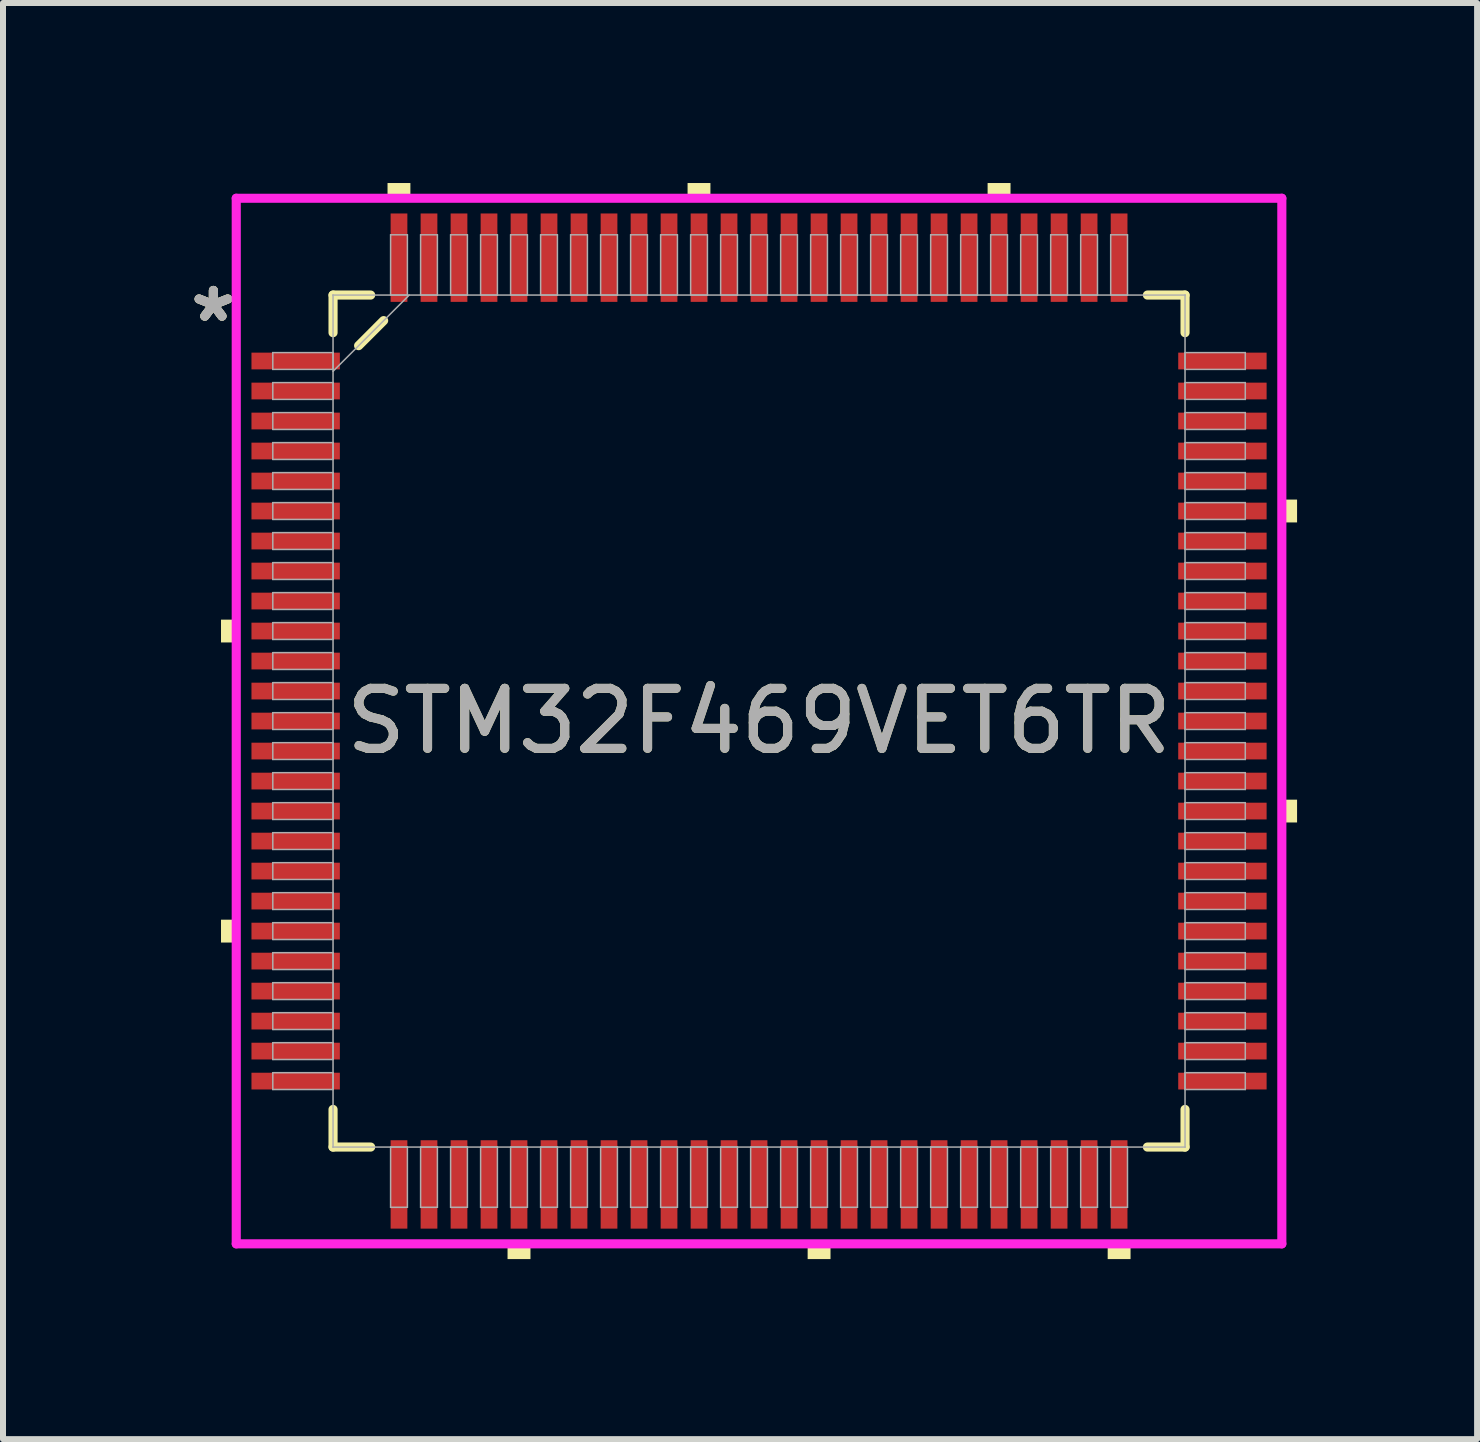
<source format=kicad_pcb>
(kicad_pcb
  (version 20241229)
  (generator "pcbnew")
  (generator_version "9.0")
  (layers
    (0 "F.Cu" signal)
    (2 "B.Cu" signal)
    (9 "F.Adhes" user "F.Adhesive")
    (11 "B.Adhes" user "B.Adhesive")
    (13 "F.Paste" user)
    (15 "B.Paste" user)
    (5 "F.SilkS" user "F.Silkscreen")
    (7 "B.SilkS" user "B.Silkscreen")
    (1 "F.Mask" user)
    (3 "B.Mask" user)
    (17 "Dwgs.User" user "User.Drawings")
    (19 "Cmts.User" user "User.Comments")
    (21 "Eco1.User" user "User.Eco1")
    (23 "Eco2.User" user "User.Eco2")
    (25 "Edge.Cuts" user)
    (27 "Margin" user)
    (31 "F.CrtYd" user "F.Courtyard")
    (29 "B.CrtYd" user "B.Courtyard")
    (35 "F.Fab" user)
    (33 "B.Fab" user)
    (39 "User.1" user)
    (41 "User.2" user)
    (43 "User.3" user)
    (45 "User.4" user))
  (footprint "STM32F469VET6TR"
    (layer "F.Cu")
    (at 9.599 8.966)
    (property "Reference" "STM32F469VET6TR" (at 0 0 0) (unlocked yes) (layer "F.SilkS") (effects (font (size 1 1) (thickness 0.15))))
    (attr smd)
    (fp_line (start -7.099 -7.099) (end -7.099 -6.472) (stroke (width 0.152) (type solid)) (layer "F.SilkS"))
    (fp_line (start -7.099 6.472) (end -7.099 7.099) (stroke (width 0.152) (type solid)) (layer "F.SilkS"))
    (fp_line (start -7.099 7.099) (end -6.472 7.099) (stroke (width 0.152) (type solid)) (layer "F.SilkS"))
    (fp_line (start -6.673 -6.256) (end -6.256 -6.673) (stroke (width 0.152) (type solid)) (layer "F.SilkS"))
    (fp_line (start -6.472 -7.099) (end -7.099 -7.099) (stroke (width 0.152) (type solid)) (layer "F.SilkS"))
    (fp_line (start 6.472 7.099) (end 7.099 7.099) (stroke (width 0.152) (type solid)) (layer "F.SilkS"))
    (fp_line (start 7.099 -7.099) (end 6.472 -7.099) (stroke (width 0.152) (type solid)) (layer "F.SilkS"))
    (fp_line (start 7.099 -6.472) (end 7.099 -7.099) (stroke (width 0.152) (type solid)) (layer "F.SilkS"))
    (fp_line (start 7.099 7.099) (end 7.099 6.472) (stroke (width 0.152) (type solid)) (layer "F.SilkS"))
    (fp_poly (pts (xy -8.966 -1.69) (xy -8.966 -1.31) (xy -8.712 -1.31) (xy -8.712 -1.69)) (stroke (width 0) (type solid)) (fill yes) (layer "F.SilkS"))
    (fp_poly (pts (xy -8.966 3.31) (xy -8.966 3.691) (xy -8.712 3.691) (xy -8.712 3.31)) (stroke (width 0) (type solid)) (fill yes) (layer "F.SilkS"))
    (fp_poly (pts (xy -6.191 -8.712) (xy -6.191 -8.966) (xy -5.81 -8.966) (xy -5.81 -8.712)) (stroke (width 0) (type solid)) (fill yes) (layer "F.SilkS"))
    (fp_poly (pts (xy -4.191 8.712) (xy -4.191 8.966) (xy -3.809 8.966) (xy -3.809 8.712)) (stroke (width 0) (type solid)) (fill yes) (layer "F.SilkS"))
    (fp_poly (pts (xy -1.191 -8.712) (xy -1.191 -8.966) (xy -0.81 -8.966) (xy -0.81 -8.712)) (stroke (width 0) (type solid)) (fill yes) (layer "F.SilkS"))
    (fp_poly (pts (xy 0.81 8.712) (xy 0.81 8.966) (xy 1.191 8.966) (xy 1.191 8.712)) (stroke (width 0) (type solid)) (fill yes) (layer "F.SilkS"))
    (fp_poly (pts (xy 3.809 -8.712) (xy 3.809 -8.966) (xy 4.191 -8.966) (xy 4.191 -8.712)) (stroke (width 0) (type solid)) (fill yes) (layer "F.SilkS"))
    (fp_poly (pts (xy 5.81 8.712) (xy 5.81 8.966) (xy 6.191 8.966) (xy 6.191 8.712)) (stroke (width 0) (type solid)) (fill yes) (layer "F.SilkS"))
    (fp_poly (pts (xy 8.966 -3.691) (xy 8.966 -3.31) (xy 8.712 -3.31) (xy 8.712 -3.691)) (stroke (width 0) (type solid)) (fill yes) (layer "F.SilkS"))
    (fp_poly (pts (xy 8.966 1.31) (xy 8.966 1.69) (xy 8.712 1.69) (xy 8.712 1.31)) (stroke (width 0) (type solid)) (fill yes) (layer "F.SilkS"))
    (fp_line (start -8.712 -8.712) (end 8.712 -8.712) (stroke (width 0.152) (type solid)) (layer "F.CrtYd"))
    (fp_line (start -8.712 8.712) (end -8.712 -8.712) (stroke (width 0.152) (type solid)) (layer "F.CrtYd"))
    (fp_line (start 8.712 -8.712) (end 8.712 8.712) (stroke (width 0.152) (type solid)) (layer "F.CrtYd"))
    (fp_line (start 8.712 8.712) (end -8.712 8.712) (stroke (width 0.152) (type solid)) (layer "F.CrtYd"))
    (fp_line (start -8.103 -6.14) (end -8.103 -5.86) (stroke (width 0.025) (type solid)) (layer "F.Fab"))
    (fp_line (start -8.103 -5.86) (end -7.099 -5.86) (stroke (width 0.025) (type solid)) (layer "F.Fab"))
    (fp_line (start -8.103 -5.64) (end -8.103 -5.36) (stroke (width 0.025) (type solid)) (layer "F.Fab"))
    (fp_line (start -8.103 -5.36) (end -7.099 -5.36) (stroke (width 0.025) (type solid)) (layer "F.Fab"))
    (fp_line (start -8.103 -5.14) (end -8.103 -4.86) (stroke (width 0.025) (type solid)) (layer "F.Fab"))
    (fp_line (start -8.103 -4.86) (end -7.099 -4.86) (stroke (width 0.025) (type solid)) (layer "F.Fab"))
    (fp_line (start -8.103 -4.64) (end -8.103 -4.36) (stroke (width 0.025) (type solid)) (layer "F.Fab"))
    (fp_line (start -8.103 -4.36) (end -7.099 -4.36) (stroke (width 0.025) (type solid)) (layer "F.Fab"))
    (fp_line (start -8.103 -4.14) (end -8.103 -3.86) (stroke (width 0.025) (type solid)) (layer "F.Fab"))
    (fp_line (start -8.103 -3.86) (end -7.099 -3.86) (stroke (width 0.025) (type solid)) (layer "F.Fab"))
    (fp_line (start -8.103 -3.64) (end -8.103 -3.36) (stroke (width 0.025) (type solid)) (layer "F.Fab"))
    (fp_line (start -8.103 -3.36) (end -7.099 -3.36) (stroke (width 0.025) (type solid)) (layer "F.Fab"))
    (fp_line (start -8.103 -3.14) (end -8.103 -2.86) (stroke (width 0.025) (type solid)) (layer "F.Fab"))
    (fp_line (start -8.103 -2.86) (end -7.099 -2.86) (stroke (width 0.025) (type solid)) (layer "F.Fab"))
    (fp_line (start -8.103 -2.64) (end -8.103 -2.36) (stroke (width 0.025) (type solid)) (layer "F.Fab"))
    (fp_line (start -8.103 -2.36) (end -7.099 -2.36) (stroke (width 0.025) (type solid)) (layer "F.Fab"))
    (fp_line (start -8.103 -2.14) (end -8.103 -1.86) (stroke (width 0.025) (type solid)) (layer "F.Fab"))
    (fp_line (start -8.103 -1.86) (end -7.099 -1.86) (stroke (width 0.025) (type solid)) (layer "F.Fab"))
    (fp_line (start -8.103 -1.64) (end -8.103 -1.36) (stroke (width 0.025) (type solid)) (layer "F.Fab"))
    (fp_line (start -8.103 -1.36) (end -7.099 -1.36) (stroke (width 0.025) (type solid)) (layer "F.Fab"))
    (fp_line (start -8.103 -1.14) (end -8.103 -0.86) (stroke (width 0.025) (type solid)) (layer "F.Fab"))
    (fp_line (start -8.103 -0.86) (end -7.099 -0.86) (stroke (width 0.025) (type solid)) (layer "F.Fab"))
    (fp_line (start -8.103 -0.64) (end -8.103 -0.36) (stroke (width 0.025) (type solid)) (layer "F.Fab"))
    (fp_line (start -8.103 -0.36) (end -7.099 -0.36) (stroke (width 0.025) (type solid)) (layer "F.Fab"))
    (fp_line (start -8.103 -0.14) (end -8.103 0.14) (stroke (width 0.025) (type solid)) (layer "F.Fab"))
    (fp_line (start -8.103 0.14) (end -7.099 0.14) (stroke (width 0.025) (type solid)) (layer "F.Fab"))
    (fp_line (start -8.103 0.36) (end -8.103 0.64) (stroke (width 0.025) (type solid)) (layer "F.Fab"))
    (fp_line (start -8.103 0.64) (end -7.099 0.64) (stroke (width 0.025) (type solid)) (layer "F.Fab"))
    (fp_line (start -8.103 0.86) (end -8.103 1.14) (stroke (width 0.025) (type solid)) (layer "F.Fab"))
    (fp_line (start -8.103 1.14) (end -7.099 1.14) (stroke (width 0.025) (type solid)) (layer "F.Fab"))
    (fp_line (start -8.103 1.36) (end -8.103 1.64) (stroke (width 0.025) (type solid)) (layer "F.Fab"))
    (fp_line (start -8.103 1.64) (end -7.099 1.64) (stroke (width 0.025) (type solid)) (layer "F.Fab"))
    (fp_line (start -8.103 1.86) (end -8.103 2.14) (stroke (width 0.025) (type solid)) (layer "F.Fab"))
    (fp_line (start -8.103 2.14) (end -7.099 2.14) (stroke (width 0.025) (type solid)) (layer "F.Fab"))
    (fp_line (start -8.103 2.36) (end -8.103 2.64) (stroke (width 0.025) (type solid)) (layer "F.Fab"))
    (fp_line (start -8.103 2.64) (end -7.099 2.64) (stroke (width 0.025) (type solid)) (layer "F.Fab"))
    (fp_line (start -8.103 2.86) (end -8.103 3.14) (stroke (width 0.025) (type solid)) (layer "F.Fab"))
    (fp_line (start -8.103 3.14) (end -7.099 3.14) (stroke (width 0.025) (type solid)) (layer "F.Fab"))
    (fp_line (start -8.103 3.36) (end -8.103 3.64) (stroke (width 0.025) (type solid)) (layer "F.Fab"))
    (fp_line (start -8.103 3.64) (end -7.099 3.64) (stroke (width 0.025) (type solid)) (layer "F.Fab"))
    (fp_line (start -8.103 3.86) (end -8.103 4.14) (stroke (width 0.025) (type solid)) (layer "F.Fab"))
    (fp_line (start -8.103 4.14) (end -7.099 4.14) (stroke (width 0.025) (type solid)) (layer "F.Fab"))
    (fp_line (start -8.103 4.36) (end -8.103 4.64) (stroke (width 0.025) (type solid)) (layer "F.Fab"))
    (fp_line (start -8.103 4.64) (end -7.099 4.64) (stroke (width 0.025) (type solid)) (layer "F.Fab"))
    (fp_line (start -8.103 4.86) (end -8.103 5.14) (stroke (width 0.025) (type solid)) (layer "F.Fab"))
    (fp_line (start -8.103 5.14) (end -7.099 5.14) (stroke (width 0.025) (type solid)) (layer "F.Fab"))
    (fp_line (start -8.103 5.36) (end -8.103 5.64) (stroke (width 0.025) (type solid)) (layer "F.Fab"))
    (fp_line (start -8.103 5.64) (end -7.099 5.64) (stroke (width 0.025) (type solid)) (layer "F.Fab"))
    (fp_line (start -8.103 5.86) (end -8.103 6.14) (stroke (width 0.025) (type solid)) (layer "F.Fab"))
    (fp_line (start -8.103 6.14) (end -7.099 6.14) (stroke (width 0.025) (type solid)) (layer "F.Fab"))
    (fp_line (start -7.099 -7.099) (end -7.099 -7.099) (stroke (width 0.025) (type solid)) (layer "F.Fab"))
    (fp_line (start -7.099 -7.099) (end -7.099 7.099) (stroke (width 0.025) (type solid)) (layer "F.Fab"))
    (fp_line (start -7.099 -6.14) (end -8.103 -6.14) (stroke (width 0.025) (type solid)) (layer "F.Fab"))
    (fp_line (start -7.099 -5.86) (end -7.099 -6.14) (stroke (width 0.025) (type solid)) (layer "F.Fab"))
    (fp_line (start -7.099 -5.829) (end -5.829 -7.099) (stroke (width 0.025) (type solid)) (layer "F.Fab"))
    (fp_line (start -7.099 -5.64) (end -8.103 -5.64) (stroke (width 0.025) (type solid)) (layer "F.Fab"))
    (fp_line (start -7.099 -5.36) (end -7.099 -5.64) (stroke (width 0.025) (type solid)) (layer "F.Fab"))
    (fp_line (start -7.099 -5.14) (end -8.103 -5.14) (stroke (width 0.025) (type solid)) (layer "F.Fab"))
    (fp_line (start -7.099 -4.86) (end -7.099 -5.14) (stroke (width 0.025) (type solid)) (layer "F.Fab"))
    (fp_line (start -7.099 -4.64) (end -8.103 -4.64) (stroke (width 0.025) (type solid)) (layer "F.Fab"))
    (fp_line (start -7.099 -4.36) (end -7.099 -4.64) (stroke (width 0.025) (type solid)) (layer "F.Fab"))
    (fp_line (start -7.099 -4.14) (end -8.103 -4.14) (stroke (width 0.025) (type solid)) (layer "F.Fab"))
    (fp_line (start -7.099 -3.86) (end -7.099 -4.14) (stroke (width 0.025) (type solid)) (layer "F.Fab"))
    (fp_line (start -7.099 -3.64) (end -8.103 -3.64) (stroke (width 0.025) (type solid)) (layer "F.Fab"))
    (fp_line (start -7.099 -3.36) (end -7.099 -3.64) (stroke (width 0.025) (type solid)) (layer "F.Fab"))
    (fp_line (start -7.099 -3.14) (end -8.103 -3.14) (stroke (width 0.025) (type solid)) (layer "F.Fab"))
    (fp_line (start -7.099 -2.86) (end -7.099 -3.14) (stroke (width 0.025) (type solid)) (layer "F.Fab"))
    (fp_line (start -7.099 -2.64) (end -8.103 -2.64) (stroke (width 0.025) (type solid)) (layer "F.Fab"))
    (fp_line (start -7.099 -2.36) (end -7.099 -2.64) (stroke (width 0.025) (type solid)) (layer "F.Fab"))
    (fp_line (start -7.099 -2.14) (end -8.103 -2.14) (stroke (width 0.025) (type solid)) (layer "F.Fab"))
    (fp_line (start -7.099 -1.86) (end -7.099 -2.14) (stroke (width 0.025) (type solid)) (layer "F.Fab"))
    (fp_line (start -7.099 -1.64) (end -8.103 -1.64) (stroke (width 0.025) (type solid)) (layer "F.Fab"))
    (fp_line (start -7.099 -1.36) (end -7.099 -1.64) (stroke (width 0.025) (type solid)) (layer "F.Fab"))
    (fp_line (start -7.099 -1.14) (end -8.103 -1.14) (stroke (width 0.025) (type solid)) (layer "F.Fab"))
    (fp_line (start -7.099 -0.86) (end -7.099 -1.14) (stroke (width 0.025) (type solid)) (layer "F.Fab"))
    (fp_line (start -7.099 -0.64) (end -8.103 -0.64) (stroke (width 0.025) (type solid)) (layer "F.Fab"))
    (fp_line (start -7.099 -0.36) (end -7.099 -0.64) (stroke (width 0.025) (type solid)) (layer "F.Fab"))
    (fp_line (start -7.099 -0.14) (end -8.103 -0.14) (stroke (width 0.025) (type solid)) (layer "F.Fab"))
    (fp_line (start -7.099 0.14) (end -7.099 -0.14) (stroke (width 0.025) (type solid)) (layer "F.Fab"))
    (fp_line (start -7.099 0.36) (end -8.103 0.36) (stroke (width 0.025) (type solid)) (layer "F.Fab"))
    (fp_line (start -7.099 0.64) (end -7.099 0.36) (stroke (width 0.025) (type solid)) (layer "F.Fab"))
    (fp_line (start -7.099 0.86) (end -8.103 0.86) (stroke (width 0.025) (type solid)) (layer "F.Fab"))
    (fp_line (start -7.099 1.14) (end -7.099 0.86) (stroke (width 0.025) (type solid)) (layer "F.Fab"))
    (fp_line (start -7.099 1.36) (end -8.103 1.36) (stroke (width 0.025) (type solid)) (layer "F.Fab"))
    (fp_line (start -7.099 1.64) (end -7.099 1.36) (stroke (width 0.025) (type solid)) (layer "F.Fab"))
    (fp_line (start -7.099 1.86) (end -8.103 1.86) (stroke (width 0.025) (type solid)) (layer "F.Fab"))
    (fp_line (start -7.099 2.14) (end -7.099 1.86) (stroke (width 0.025) (type solid)) (layer "F.Fab"))
    (fp_line (start -7.099 2.36) (end -8.103 2.36) (stroke (width 0.025) (type solid)) (layer "F.Fab"))
    (fp_line (start -7.099 2.64) (end -7.099 2.36) (stroke (width 0.025) (type solid)) (layer "F.Fab"))
    (fp_line (start -7.099 2.86) (end -8.103 2.86) (stroke (width 0.025) (type solid)) (layer "F.Fab"))
    (fp_line (start -7.099 3.14) (end -7.099 2.86) (stroke (width 0.025) (type solid)) (layer "F.Fab"))
    (fp_line (start -7.099 3.36) (end -8.103 3.36) (stroke (width 0.025) (type solid)) (layer "F.Fab"))
    (fp_line (start -7.099 3.64) (end -7.099 3.36) (stroke (width 0.025) (type solid)) (layer "F.Fab"))
    (fp_line (start -7.099 3.86) (end -8.103 3.86) (stroke (width 0.025) (type solid)) (layer "F.Fab"))
    (fp_line (start -7.099 4.14) (end -7.099 3.86) (stroke (width 0.025) (type solid)) (layer "F.Fab"))
    (fp_line (start -7.099 4.36) (end -8.103 4.36) (stroke (width 0.025) (type solid)) (layer "F.Fab"))
    (fp_line (start -7.099 4.64) (end -7.099 4.36) (stroke (width 0.025) (type solid)) (layer "F.Fab"))
    (fp_line (start -7.099 4.86) (end -8.103 4.86) (stroke (width 0.025) (type solid)) (layer "F.Fab"))
    (fp_line (start -7.099 5.14) (end -7.099 4.86) (stroke (width 0.025) (type solid)) (layer "F.Fab"))
    (fp_line (start -7.099 5.36) (end -8.103 5.36) (stroke (width 0.025) (type solid)) (layer "F.Fab"))
    (fp_line (start -7.099 5.64) (end -7.099 5.36) (stroke (width 0.025) (type solid)) (layer "F.Fab"))
    (fp_line (start -7.099 5.86) (end -8.103 5.86) (stroke (width 0.025) (type solid)) (layer "F.Fab"))
    (fp_line (start -7.099 6.14) (end -7.099 5.86) (stroke (width 0.025) (type solid)) (layer "F.Fab"))
    (fp_line (start -7.099 7.099) (end -7.099 7.099) (stroke (width 0.025) (type solid)) (layer "F.Fab"))
    (fp_line (start -7.099 7.099) (end 7.099 7.099) (stroke (width 0.025) (type solid)) (layer "F.Fab"))
    (fp_line (start -6.14 -8.103) (end -6.14 -7.099) (stroke (width 0.025) (type solid)) (layer "F.Fab"))
    (fp_line (start -6.14 -7.099) (end -5.86 -7.099) (stroke (width 0.025) (type solid)) (layer "F.Fab"))
    (fp_line (start -6.14 7.099) (end -6.14 8.103) (stroke (width 0.025) (type solid)) (layer "F.Fab"))
    (fp_line (start -6.14 8.103) (end -5.86 8.103) (stroke (width 0.025) (type solid)) (layer "F.Fab"))
    (fp_line (start -5.86 -8.103) (end -6.14 -8.103) (stroke (width 0.025) (type solid)) (layer "F.Fab"))
    (fp_line (start -5.86 -7.099) (end -5.86 -8.103) (stroke (width 0.025) (type solid)) (layer "F.Fab"))
    (fp_line (start -5.86 7.099) (end -6.14 7.099) (stroke (width 0.025) (type solid)) (layer "F.Fab"))
    (fp_line (start -5.86 8.103) (end -5.86 7.099) (stroke (width 0.025) (type solid)) (layer "F.Fab"))
    (fp_line (start -5.64 -8.103) (end -5.64 -7.099) (stroke (width 0.025) (type solid)) (layer "F.Fab"))
    (fp_line (start -5.64 -7.099) (end -5.36 -7.099) (stroke (width 0.025) (type solid)) (layer "F.Fab"))
    (fp_line (start -5.64 7.099) (end -5.64 8.103) (stroke (width 0.025) (type solid)) (layer "F.Fab"))
    (fp_line (start -5.64 8.103) (end -5.36 8.103) (stroke (width 0.025) (type solid)) (layer "F.Fab"))
    (fp_line (start -5.36 -8.103) (end -5.64 -8.103) (stroke (width 0.025) (type solid)) (layer "F.Fab"))
    (fp_line (start -5.36 -7.099) (end -5.36 -8.103) (stroke (width 0.025) (type solid)) (layer "F.Fab"))
    (fp_line (start -5.36 7.099) (end -5.64 7.099) (stroke (width 0.025) (type solid)) (layer "F.Fab"))
    (fp_line (start -5.36 8.103) (end -5.36 7.099) (stroke (width 0.025) (type solid)) (layer "F.Fab"))
    (fp_line (start -5.14 -8.103) (end -5.14 -7.099) (stroke (width 0.025) (type solid)) (layer "F.Fab"))
    (fp_line (start -5.14 -7.099) (end -4.86 -7.099) (stroke (width 0.025) (type solid)) (layer "F.Fab"))
    (fp_line (start -5.14 7.099) (end -5.14 8.103) (stroke (width 0.025) (type solid)) (layer "F.Fab"))
    (fp_line (start -5.14 8.103) (end -4.86 8.103) (stroke (width 0.025) (type solid)) (layer "F.Fab"))
    (fp_line (start -4.86 -8.103) (end -5.14 -8.103) (stroke (width 0.025) (type solid)) (layer "F.Fab"))
    (fp_line (start -4.86 -7.099) (end -4.86 -8.103) (stroke (width 0.025) (type solid)) (layer "F.Fab"))
    (fp_line (start -4.86 7.099) (end -5.14 7.099) (stroke (width 0.025) (type solid)) (layer "F.Fab"))
    (fp_line (start -4.86 8.103) (end -4.86 7.099) (stroke (width 0.025) (type solid)) (layer "F.Fab"))
    (fp_line (start -4.64 -8.103) (end -4.64 -7.099) (stroke (width 0.025) (type solid)) (layer "F.Fab"))
    (fp_line (start -4.64 -7.099) (end -4.36 -7.099) (stroke (width 0.025) (type solid)) (layer "F.Fab"))
    (fp_line (start -4.64 7.099) (end -4.64 8.103) (stroke (width 0.025) (type solid)) (layer "F.Fab"))
    (fp_line (start -4.64 8.103) (end -4.36 8.103) (stroke (width 0.025) (type solid)) (layer "F.Fab"))
    (fp_line (start -4.36 -8.103) (end -4.64 -8.103) (stroke (width 0.025) (type solid)) (layer "F.Fab"))
    (fp_line (start -4.36 -7.099) (end -4.36 -8.103) (stroke (width 0.025) (type solid)) (layer "F.Fab"))
    (fp_line (start -4.36 7.099) (end -4.64 7.099) (stroke (width 0.025) (type solid)) (layer "F.Fab"))
    (fp_line (start -4.36 8.103) (end -4.36 7.099) (stroke (width 0.025) (type solid)) (layer "F.Fab"))
    (fp_line (start -4.14 -8.103) (end -4.14 -7.099) (stroke (width 0.025) (type solid)) (layer "F.Fab"))
    (fp_line (start -4.14 -7.099) (end -3.86 -7.099) (stroke (width 0.025) (type solid)) (layer "F.Fab"))
    (fp_line (start -4.14 7.099) (end -4.14 8.103) (stroke (width 0.025) (type solid)) (layer "F.Fab"))
    (fp_line (start -4.14 8.103) (end -3.86 8.103) (stroke (width 0.025) (type solid)) (layer "F.Fab"))
    (fp_line (start -3.86 -8.103) (end -4.14 -8.103) (stroke (width 0.025) (type solid)) (layer "F.Fab"))
    (fp_line (start -3.86 -7.099) (end -3.86 -8.103) (stroke (width 0.025) (type solid)) (layer "F.Fab"))
    (fp_line (start -3.86 7.099) (end -4.14 7.099) (stroke (width 0.025) (type solid)) (layer "F.Fab"))
    (fp_line (start -3.86 8.103) (end -3.86 7.099) (stroke (width 0.025) (type solid)) (layer "F.Fab"))
    (fp_line (start -3.64 -8.103) (end -3.64 -7.099) (stroke (width 0.025) (type solid)) (layer "F.Fab"))
    (fp_line (start -3.64 -7.099) (end -3.36 -7.099) (stroke (width 0.025) (type solid)) (layer "F.Fab"))
    (fp_line (start -3.64 7.099) (end -3.64 8.103) (stroke (width 0.025) (type solid)) (layer "F.Fab"))
    (fp_line (start -3.64 8.103) (end -3.36 8.103) (stroke (width 0.025) (type solid)) (layer "F.Fab"))
    (fp_line (start -3.36 -8.103) (end -3.64 -8.103) (stroke (width 0.025) (type solid)) (layer "F.Fab"))
    (fp_line (start -3.36 -7.099) (end -3.36 -8.103) (stroke (width 0.025) (type solid)) (layer "F.Fab"))
    (fp_line (start -3.36 7.099) (end -3.64 7.099) (stroke (width 0.025) (type solid)) (layer "F.Fab"))
    (fp_line (start -3.36 8.103) (end -3.36 7.099) (stroke (width 0.025) (type solid)) (layer "F.Fab"))
    (fp_line (start -3.14 -8.103) (end -3.14 -7.099) (stroke (width 0.025) (type solid)) (layer "F.Fab"))
    (fp_line (start -3.14 -7.099) (end -2.86 -7.099) (stroke (width 0.025) (type solid)) (layer "F.Fab"))
    (fp_line (start -3.14 7.099) (end -3.14 8.103) (stroke (width 0.025) (type solid)) (layer "F.Fab"))
    (fp_line (start -3.14 8.103) (end -2.86 8.103) (stroke (width 0.025) (type solid)) (layer "F.Fab"))
    (fp_line (start -2.86 -8.103) (end -3.14 -8.103) (stroke (width 0.025) (type solid)) (layer "F.Fab"))
    (fp_line (start -2.86 -7.099) (end -2.86 -8.103) (stroke (width 0.025) (type solid)) (layer "F.Fab"))
    (fp_line (start -2.86 7.099) (end -3.14 7.099) (stroke (width 0.025) (type solid)) (layer "F.Fab"))
    (fp_line (start -2.86 8.103) (end -2.86 7.099) (stroke (width 0.025) (type solid)) (layer "F.Fab"))
    (fp_line (start -2.64 -8.103) (end -2.64 -7.099) (stroke (width 0.025) (type solid)) (layer "F.Fab"))
    (fp_line (start -2.64 -7.099) (end -2.36 -7.099) (stroke (width 0.025) (type solid)) (layer "F.Fab"))
    (fp_line (start -2.64 7.099) (end -2.64 8.103) (stroke (width 0.025) (type solid)) (layer "F.Fab"))
    (fp_line (start -2.64 8.103) (end -2.36 8.103) (stroke (width 0.025) (type solid)) (layer "F.Fab"))
    (fp_line (start -2.36 -8.103) (end -2.64 -8.103) (stroke (width 0.025) (type solid)) (layer "F.Fab"))
    (fp_line (start -2.36 -7.099) (end -2.36 -8.103) (stroke (width 0.025) (type solid)) (layer "F.Fab"))
    (fp_line (start -2.36 7.099) (end -2.64 7.099) (stroke (width 0.025) (type solid)) (layer "F.Fab"))
    (fp_line (start -2.36 8.103) (end -2.36 7.099) (stroke (width 0.025) (type solid)) (layer "F.Fab"))
    (fp_line (start -2.14 -8.103) (end -2.14 -7.099) (stroke (width 0.025) (type solid)) (layer "F.Fab"))
    (fp_line (start -2.14 -7.099) (end -1.86 -7.099) (stroke (width 0.025) (type solid)) (layer "F.Fab"))
    (fp_line (start -2.14 7.099) (end -2.14 8.103) (stroke (width 0.025) (type solid)) (layer "F.Fab"))
    (fp_line (start -2.14 8.103) (end -1.86 8.103) (stroke (width 0.025) (type solid)) (layer "F.Fab"))
    (fp_line (start -1.86 -8.103) (end -2.14 -8.103) (stroke (width 0.025) (type solid)) (layer "F.Fab"))
    (fp_line (start -1.86 -7.099) (end -1.86 -8.103) (stroke (width 0.025) (type solid)) (layer "F.Fab"))
    (fp_line (start -1.86 7.099) (end -2.14 7.099) (stroke (width 0.025) (type solid)) (layer "F.Fab"))
    (fp_line (start -1.86 8.103) (end -1.86 7.099) (stroke (width 0.025) (type solid)) (layer "F.Fab"))
    (fp_line (start -1.64 -8.103) (end -1.64 -7.099) (stroke (width 0.025) (type solid)) (layer "F.Fab"))
    (fp_line (start -1.64 -7.099) (end -1.36 -7.099) (stroke (width 0.025) (type solid)) (layer "F.Fab"))
    (fp_line (start -1.64 7.099) (end -1.64 8.103) (stroke (width 0.025) (type solid)) (layer "F.Fab"))
    (fp_line (start -1.64 8.103) (end -1.36 8.103) (stroke (width 0.025) (type solid)) (layer "F.Fab"))
    (fp_line (start -1.36 -8.103) (end -1.64 -8.103) (stroke (width 0.025) (type solid)) (layer "F.Fab"))
    (fp_line (start -1.36 -7.099) (end -1.36 -8.103) (stroke (width 0.025) (type solid)) (layer "F.Fab"))
    (fp_line (start -1.36 7.099) (end -1.64 7.099) (stroke (width 0.025) (type solid)) (layer "F.Fab"))
    (fp_line (start -1.36 8.103) (end -1.36 7.099) (stroke (width 0.025) (type solid)) (layer "F.Fab"))
    (fp_line (start -1.14 -8.103) (end -1.14 -7.099) (stroke (width 0.025) (type solid)) (layer "F.Fab"))
    (fp_line (start -1.14 -7.099) (end -0.86 -7.099) (stroke (width 0.025) (type solid)) (layer "F.Fab"))
    (fp_line (start -1.14 7.099) (end -1.14 8.103) (stroke (width 0.025) (type solid)) (layer "F.Fab"))
    (fp_line (start -1.14 8.103) (end -0.86 8.103) (stroke (width 0.025) (type solid)) (layer "F.Fab"))
    (fp_line (start -0.86 -8.103) (end -1.14 -8.103) (stroke (width 0.025) (type solid)) (layer "F.Fab"))
    (fp_line (start -0.86 -7.099) (end -0.86 -8.103) (stroke (width 0.025) (type solid)) (layer "F.Fab"))
    (fp_line (start -0.86 7.099) (end -1.14 7.099) (stroke (width 0.025) (type solid)) (layer "F.Fab"))
    (fp_line (start -0.86 8.103) (end -0.86 7.099) (stroke (width 0.025) (type solid)) (layer "F.Fab"))
    (fp_line (start -0.64 -8.103) (end -0.64 -7.099) (stroke (width 0.025) (type solid)) (layer "F.Fab"))
    (fp_line (start -0.64 -7.099) (end -0.36 -7.099) (stroke (width 0.025) (type solid)) (layer "F.Fab"))
    (fp_line (start -0.64 7.099) (end -0.64 8.103) (stroke (width 0.025) (type solid)) (layer "F.Fab"))
    (fp_line (start -0.64 8.103) (end -0.36 8.103) (stroke (width 0.025) (type solid)) (layer "F.Fab"))
    (fp_line (start -0.36 -8.103) (end -0.64 -8.103) (stroke (width 0.025) (type solid)) (layer "F.Fab"))
    (fp_line (start -0.36 -7.099) (end -0.36 -8.103) (stroke (width 0.025) (type solid)) (layer "F.Fab"))
    (fp_line (start -0.36 7.099) (end -0.64 7.099) (stroke (width 0.025) (type solid)) (layer "F.Fab"))
    (fp_line (start -0.36 8.103) (end -0.36 7.099) (stroke (width 0.025) (type solid)) (layer "F.Fab"))
    (fp_line (start -0.14 -8.103) (end -0.14 -7.099) (stroke (width 0.025) (type solid)) (layer "F.Fab"))
    (fp_line (start -0.14 -7.099) (end 0.14 -7.099) (stroke (width 0.025) (type solid)) (layer "F.Fab"))
    (fp_line (start -0.14 7.099) (end -0.14 8.103) (stroke (width 0.025) (type solid)) (layer "F.Fab"))
    (fp_line (start -0.14 8.103) (end 0.14 8.103) (stroke (width 0.025) (type solid)) (layer "F.Fab"))
    (fp_line (start 0.14 -8.103) (end -0.14 -8.103) (stroke (width 0.025) (type solid)) (layer "F.Fab"))
    (fp_line (start 0.14 -7.099) (end 0.14 -8.103) (stroke (width 0.025) (type solid)) (layer "F.Fab"))
    (fp_line (start 0.14 7.099) (end -0.14 7.099) (stroke (width 0.025) (type solid)) (layer "F.Fab"))
    (fp_line (start 0.14 8.103) (end 0.14 7.099) (stroke (width 0.025) (type solid)) (layer "F.Fab"))
    (fp_line (start 0.36 -8.103) (end 0.36 -7.099) (stroke (width 0.025) (type solid)) (layer "F.Fab"))
    (fp_line (start 0.36 -7.099) (end 0.64 -7.099) (stroke (width 0.025) (type solid)) (layer "F.Fab"))
    (fp_line (start 0.36 7.099) (end 0.36 8.103) (stroke (width 0.025) (type solid)) (layer "F.Fab"))
    (fp_line (start 0.36 8.103) (end 0.64 8.103) (stroke (width 0.025) (type solid)) (layer "F.Fab"))
    (fp_line (start 0.64 -8.103) (end 0.36 -8.103) (stroke (width 0.025) (type solid)) (layer "F.Fab"))
    (fp_line (start 0.64 -7.099) (end 0.64 -8.103) (stroke (width 0.025) (type solid)) (layer "F.Fab"))
    (fp_line (start 0.64 7.099) (end 0.36 7.099) (stroke (width 0.025) (type solid)) (layer "F.Fab"))
    (fp_line (start 0.64 8.103) (end 0.64 7.099) (stroke (width 0.025) (type solid)) (layer "F.Fab"))
    (fp_line (start 0.86 -8.103) (end 0.86 -7.099) (stroke (width 0.025) (type solid)) (layer "F.Fab"))
    (fp_line (start 0.86 -7.099) (end 1.14 -7.099) (stroke (width 0.025) (type solid)) (layer "F.Fab"))
    (fp_line (start 0.86 7.099) (end 0.86 8.103) (stroke (width 0.025) (type solid)) (layer "F.Fab"))
    (fp_line (start 0.86 8.103) (end 1.14 8.103) (stroke (width 0.025) (type solid)) (layer "F.Fab"))
    (fp_line (start 1.14 -8.103) (end 0.86 -8.103) (stroke (width 0.025) (type solid)) (layer "F.Fab"))
    (fp_line (start 1.14 -7.099) (end 1.14 -8.103) (stroke (width 0.025) (type solid)) (layer "F.Fab"))
    (fp_line (start 1.14 7.099) (end 0.86 7.099) (stroke (width 0.025) (type solid)) (layer "F.Fab"))
    (fp_line (start 1.14 8.103) (end 1.14 7.099) (stroke (width 0.025) (type solid)) (layer "F.Fab"))
    (fp_line (start 1.36 -8.103) (end 1.36 -7.099) (stroke (width 0.025) (type solid)) (layer "F.Fab"))
    (fp_line (start 1.36 -7.099) (end 1.64 -7.099) (stroke (width 0.025) (type solid)) (layer "F.Fab"))
    (fp_line (start 1.36 7.099) (end 1.36 8.103) (stroke (width 0.025) (type solid)) (layer "F.Fab"))
    (fp_line (start 1.36 8.103) (end 1.64 8.103) (stroke (width 0.025) (type solid)) (layer "F.Fab"))
    (fp_line (start 1.64 -8.103) (end 1.36 -8.103) (stroke (width 0.025) (type solid)) (layer "F.Fab"))
    (fp_line (start 1.64 -7.099) (end 1.64 -8.103) (stroke (width 0.025) (type solid)) (layer "F.Fab"))
    (fp_line (start 1.64 7.099) (end 1.36 7.099) (stroke (width 0.025) (type solid)) (layer "F.Fab"))
    (fp_line (start 1.64 8.103) (end 1.64 7.099) (stroke (width 0.025) (type solid)) (layer "F.Fab"))
    (fp_line (start 1.86 -8.103) (end 1.86 -7.099) (stroke (width 0.025) (type solid)) (layer "F.Fab"))
    (fp_line (start 1.86 -7.099) (end 2.14 -7.099) (stroke (width 0.025) (type solid)) (layer "F.Fab"))
    (fp_line (start 1.86 7.099) (end 1.86 8.103) (stroke (width 0.025) (type solid)) (layer "F.Fab"))
    (fp_line (start 1.86 8.103) (end 2.14 8.103) (stroke (width 0.025) (type solid)) (layer "F.Fab"))
    (fp_line (start 2.14 -8.103) (end 1.86 -8.103) (stroke (width 0.025) (type solid)) (layer "F.Fab"))
    (fp_line (start 2.14 -7.099) (end 2.14 -8.103) (stroke (width 0.025) (type solid)) (layer "F.Fab"))
    (fp_line (start 2.14 7.099) (end 1.86 7.099) (stroke (width 0.025) (type solid)) (layer "F.Fab"))
    (fp_line (start 2.14 8.103) (end 2.14 7.099) (stroke (width 0.025) (type solid)) (layer "F.Fab"))
    (fp_line (start 2.36 -8.103) (end 2.36 -7.099) (stroke (width 0.025) (type solid)) (layer "F.Fab"))
    (fp_line (start 2.36 -7.099) (end 2.64 -7.099) (stroke (width 0.025) (type solid)) (layer "F.Fab"))
    (fp_line (start 2.36 7.099) (end 2.36 8.103) (stroke (width 0.025) (type solid)) (layer "F.Fab"))
    (fp_line (start 2.36 8.103) (end 2.64 8.103) (stroke (width 0.025) (type solid)) (layer "F.Fab"))
    (fp_line (start 2.64 -8.103) (end 2.36 -8.103) (stroke (width 0.025) (type solid)) (layer "F.Fab"))
    (fp_line (start 2.64 -7.099) (end 2.64 -8.103) (stroke (width 0.025) (type solid)) (layer "F.Fab"))
    (fp_line (start 2.64 7.099) (end 2.36 7.099) (stroke (width 0.025) (type solid)) (layer "F.Fab"))
    (fp_line (start 2.64 8.103) (end 2.64 7.099) (stroke (width 0.025) (type solid)) (layer "F.Fab"))
    (fp_line (start 2.86 -8.103) (end 2.86 -7.099) (stroke (width 0.025) (type solid)) (layer "F.Fab"))
    (fp_line (start 2.86 -7.099) (end 3.14 -7.099) (stroke (width 0.025) (type solid)) (layer "F.Fab"))
    (fp_line (start 2.86 7.099) (end 2.86 8.103) (stroke (width 0.025) (type solid)) (layer "F.Fab"))
    (fp_line (start 2.86 8.103) (end 3.14 8.103) (stroke (width 0.025) (type solid)) (layer "F.Fab"))
    (fp_line (start 3.14 -8.103) (end 2.86 -8.103) (stroke (width 0.025) (type solid)) (layer "F.Fab"))
    (fp_line (start 3.14 -7.099) (end 3.14 -8.103) (stroke (width 0.025) (type solid)) (layer "F.Fab"))
    (fp_line (start 3.14 7.099) (end 2.86 7.099) (stroke (width 0.025) (type solid)) (layer "F.Fab"))
    (fp_line (start 3.14 8.103) (end 3.14 7.099) (stroke (width 0.025) (type solid)) (layer "F.Fab"))
    (fp_line (start 3.36 -8.103) (end 3.36 -7.099) (stroke (width 0.025) (type solid)) (layer "F.Fab"))
    (fp_line (start 3.36 -7.099) (end 3.64 -7.099) (stroke (width 0.025) (type solid)) (layer "F.Fab"))
    (fp_line (start 3.36 7.099) (end 3.36 8.103) (stroke (width 0.025) (type solid)) (layer "F.Fab"))
    (fp_line (start 3.36 8.103) (end 3.64 8.103) (stroke (width 0.025) (type solid)) (layer "F.Fab"))
    (fp_line (start 3.64 -8.103) (end 3.36 -8.103) (stroke (width 0.025) (type solid)) (layer "F.Fab"))
    (fp_line (start 3.64 -7.099) (end 3.64 -8.103) (stroke (width 0.025) (type solid)) (layer "F.Fab"))
    (fp_line (start 3.64 7.099) (end 3.36 7.099) (stroke (width 0.025) (type solid)) (layer "F.Fab"))
    (fp_line (start 3.64 8.103) (end 3.64 7.099) (stroke (width 0.025) (type solid)) (layer "F.Fab"))
    (fp_line (start 3.86 -8.103) (end 3.86 -7.099) (stroke (width 0.025) (type solid)) (layer "F.Fab"))
    (fp_line (start 3.86 -7.099) (end 4.14 -7.099) (stroke (width 0.025) (type solid)) (layer "F.Fab"))
    (fp_line (start 3.86 7.099) (end 3.86 8.103) (stroke (width 0.025) (type solid)) (layer "F.Fab"))
    (fp_line (start 3.86 8.103) (end 4.14 8.103) (stroke (width 0.025) (type solid)) (layer "F.Fab"))
    (fp_line (start 4.14 -8.103) (end 3.86 -8.103) (stroke (width 0.025) (type solid)) (layer "F.Fab"))
    (fp_line (start 4.14 -7.099) (end 4.14 -8.103) (stroke (width 0.025) (type solid)) (layer "F.Fab"))
    (fp_line (start 4.14 7.099) (end 3.86 7.099) (stroke (width 0.025) (type solid)) (layer "F.Fab"))
    (fp_line (start 4.14 8.103) (end 4.14 7.099) (stroke (width 0.025) (type solid)) (layer "F.Fab"))
    (fp_line (start 4.36 -8.103) (end 4.36 -7.099) (stroke (width 0.025) (type solid)) (layer "F.Fab"))
    (fp_line (start 4.36 -7.099) (end 4.64 -7.099) (stroke (width 0.025) (type solid)) (layer "F.Fab"))
    (fp_line (start 4.36 7.099) (end 4.36 8.103) (stroke (width 0.025) (type solid)) (layer "F.Fab"))
    (fp_line (start 4.36 8.103) (end 4.64 8.103) (stroke (width 0.025) (type solid)) (layer "F.Fab"))
    (fp_line (start 4.64 -8.103) (end 4.36 -8.103) (stroke (width 0.025) (type solid)) (layer "F.Fab"))
    (fp_line (start 4.64 -7.099) (end 4.64 -8.103) (stroke (width 0.025) (type solid)) (layer "F.Fab"))
    (fp_line (start 4.64 7.099) (end 4.36 7.099) (stroke (width 0.025) (type solid)) (layer "F.Fab"))
    (fp_line (start 4.64 8.103) (end 4.64 7.099) (stroke (width 0.025) (type solid)) (layer "F.Fab"))
    (fp_line (start 4.86 -8.103) (end 4.86 -7.099) (stroke (width 0.025) (type solid)) (layer "F.Fab"))
    (fp_line (start 4.86 -7.099) (end 5.14 -7.099) (stroke (width 0.025) (type solid)) (layer "F.Fab"))
    (fp_line (start 4.86 7.099) (end 4.86 8.103) (stroke (width 0.025) (type solid)) (layer "F.Fab"))
    (fp_line (start 4.86 8.103) (end 5.14 8.103) (stroke (width 0.025) (type solid)) (layer "F.Fab"))
    (fp_line (start 5.14 -8.103) (end 4.86 -8.103) (stroke (width 0.025) (type solid)) (layer "F.Fab"))
    (fp_line (start 5.14 -7.099) (end 5.14 -8.103) (stroke (width 0.025) (type solid)) (layer "F.Fab"))
    (fp_line (start 5.14 7.099) (end 4.86 7.099) (stroke (width 0.025) (type solid)) (layer "F.Fab"))
    (fp_line (start 5.14 8.103) (end 5.14 7.099) (stroke (width 0.025) (type solid)) (layer "F.Fab"))
    (fp_line (start 5.36 -8.103) (end 5.36 -7.099) (stroke (width 0.025) (type solid)) (layer "F.Fab"))
    (fp_line (start 5.36 -7.099) (end 5.64 -7.099) (stroke (width 0.025) (type solid)) (layer "F.Fab"))
    (fp_line (start 5.36 7.099) (end 5.36 8.103) (stroke (width 0.025) (type solid)) (layer "F.Fab"))
    (fp_line (start 5.36 8.103) (end 5.64 8.103) (stroke (width 0.025) (type solid)) (layer "F.Fab"))
    (fp_line (start 5.64 -8.103) (end 5.36 -8.103) (stroke (width 0.025) (type solid)) (layer "F.Fab"))
    (fp_line (start 5.64 -7.099) (end 5.64 -8.103) (stroke (width 0.025) (type solid)) (layer "F.Fab"))
    (fp_line (start 5.64 7.099) (end 5.36 7.099) (stroke (width 0.025) (type solid)) (layer "F.Fab"))
    (fp_line (start 5.64 8.103) (end 5.64 7.099) (stroke (width 0.025) (type solid)) (layer "F.Fab"))
    (fp_line (start 5.86 -8.103) (end 5.86 -7.099) (stroke (width 0.025) (type solid)) (layer "F.Fab"))
    (fp_line (start 5.86 -7.099) (end 6.14 -7.099) (stroke (width 0.025) (type solid)) (layer "F.Fab"))
    (fp_line (start 5.86 7.099) (end 5.86 8.103) (stroke (width 0.025) (type solid)) (layer "F.Fab"))
    (fp_line (start 5.86 8.103) (end 6.14 8.103) (stroke (width 0.025) (type solid)) (layer "F.Fab"))
    (fp_line (start 6.14 -8.103) (end 5.86 -8.103) (stroke (width 0.025) (type solid)) (layer "F.Fab"))
    (fp_line (start 6.14 -7.099) (end 6.14 -8.103) (stroke (width 0.025) (type solid)) (layer "F.Fab"))
    (fp_line (start 6.14 7.099) (end 5.86 7.099) (stroke (width 0.025) (type solid)) (layer "F.Fab"))
    (fp_line (start 6.14 8.103) (end 6.14 7.099) (stroke (width 0.025) (type solid)) (layer "F.Fab"))
    (fp_line (start 7.099 -7.099) (end -7.099 -7.099) (stroke (width 0.025) (type solid)) (layer "F.Fab"))
    (fp_line (start 7.099 -7.099) (end 7.099 -7.099) (stroke (width 0.025) (type solid)) (layer "F.Fab"))
    (fp_line (start 7.099 -6.14) (end 7.099 -5.86) (stroke (width 0.025) (type solid)) (layer "F.Fab"))
    (fp_line (start 7.099 -5.86) (end 8.103 -5.86) (stroke (width 0.025) (type solid)) (layer "F.Fab"))
    (fp_line (start 7.099 -5.64) (end 7.099 -5.36) (stroke (width 0.025) (type solid)) (layer "F.Fab"))
    (fp_line (start 7.099 -5.36) (end 8.103 -5.36) (stroke (width 0.025) (type solid)) (layer "F.Fab"))
    (fp_line (start 7.099 -5.14) (end 7.099 -4.86) (stroke (width 0.025) (type solid)) (layer "F.Fab"))
    (fp_line (start 7.099 -4.86) (end 8.103 -4.86) (stroke (width 0.025) (type solid)) (layer "F.Fab"))
    (fp_line (start 7.099 -4.64) (end 7.099 -4.36) (stroke (width 0.025) (type solid)) (layer "F.Fab"))
    (fp_line (start 7.099 -4.36) (end 8.103 -4.36) (stroke (width 0.025) (type solid)) (layer "F.Fab"))
    (fp_line (start 7.099 -4.14) (end 7.099 -3.86) (stroke (width 0.025) (type solid)) (layer "F.Fab"))
    (fp_line (start 7.099 -3.86) (end 8.103 -3.86) (stroke (width 0.025) (type solid)) (layer "F.Fab"))
    (fp_line (start 7.099 -3.64) (end 7.099 -3.36) (stroke (width 0.025) (type solid)) (layer "F.Fab"))
    (fp_line (start 7.099 -3.36) (end 8.103 -3.36) (stroke (width 0.025) (type solid)) (layer "F.Fab"))
    (fp_line (start 7.099 -3.14) (end 7.099 -2.86) (stroke (width 0.025) (type solid)) (layer "F.Fab"))
    (fp_line (start 7.099 -2.86) (end 8.103 -2.86) (stroke (width 0.025) (type solid)) (layer "F.Fab"))
    (fp_line (start 7.099 -2.64) (end 7.099 -2.36) (stroke (width 0.025) (type solid)) (layer "F.Fab"))
    (fp_line (start 7.099 -2.36) (end 8.103 -2.36) (stroke (width 0.025) (type solid)) (layer "F.Fab"))
    (fp_line (start 7.099 -2.14) (end 7.099 -1.86) (stroke (width 0.025) (type solid)) (layer "F.Fab"))
    (fp_line (start 7.099 -1.86) (end 8.103 -1.86) (stroke (width 0.025) (type solid)) (layer "F.Fab"))
    (fp_line (start 7.099 -1.64) (end 7.099 -1.36) (stroke (width 0.025) (type solid)) (layer "F.Fab"))
    (fp_line (start 7.099 -1.36) (end 8.103 -1.36) (stroke (width 0.025) (type solid)) (layer "F.Fab"))
    (fp_line (start 7.099 -1.14) (end 7.099 -0.86) (stroke (width 0.025) (type solid)) (layer "F.Fab"))
    (fp_line (start 7.099 -0.86) (end 8.103 -0.86) (stroke (width 0.025) (type solid)) (layer "F.Fab"))
    (fp_line (start 7.099 -0.64) (end 7.099 -0.36) (stroke (width 0.025) (type solid)) (layer "F.Fab"))
    (fp_line (start 7.099 -0.36) (end 8.103 -0.36) (stroke (width 0.025) (type solid)) (layer "F.Fab"))
    (fp_line (start 7.099 -0.14) (end 7.099 0.14) (stroke (width 0.025) (type solid)) (layer "F.Fab"))
    (fp_line (start 7.099 0.14) (end 8.103 0.14) (stroke (width 0.025) (type solid)) (layer "F.Fab"))
    (fp_line (start 7.099 0.36) (end 7.099 0.64) (stroke (width 0.025) (type solid)) (layer "F.Fab"))
    (fp_line (start 7.099 0.64) (end 8.103 0.64) (stroke (width 0.025) (type solid)) (layer "F.Fab"))
    (fp_line (start 7.099 0.86) (end 7.099 1.14) (stroke (width 0.025) (type solid)) (layer "F.Fab"))
    (fp_line (start 7.099 1.14) (end 8.103 1.14) (stroke (width 0.025) (type solid)) (layer "F.Fab"))
    (fp_line (start 7.099 1.36) (end 7.099 1.64) (stroke (width 0.025) (type solid)) (layer "F.Fab"))
    (fp_line (start 7.099 1.64) (end 8.103 1.64) (stroke (width 0.025) (type solid)) (layer "F.Fab"))
    (fp_line (start 7.099 1.86) (end 7.099 2.14) (stroke (width 0.025) (type solid)) (layer "F.Fab"))
    (fp_line (start 7.099 2.14) (end 8.103 2.14) (stroke (width 0.025) (type solid)) (layer "F.Fab"))
    (fp_line (start 7.099 2.36) (end 7.099 2.64) (stroke (width 0.025) (type solid)) (layer "F.Fab"))
    (fp_line (start 7.099 2.64) (end 8.103 2.64) (stroke (width 0.025) (type solid)) (layer "F.Fab"))
    (fp_line (start 7.099 2.86) (end 7.099 3.14) (stroke (width 0.025) (type solid)) (layer "F.Fab"))
    (fp_line (start 7.099 3.14) (end 8.103 3.14) (stroke (width 0.025) (type solid)) (layer "F.Fab"))
    (fp_line (start 7.099 3.36) (end 7.099 3.64) (stroke (width 0.025) (type solid)) (layer "F.Fab"))
    (fp_line (start 7.099 3.64) (end 8.103 3.64) (stroke (width 0.025) (type solid)) (layer "F.Fab"))
    (fp_line (start 7.099 3.86) (end 7.099 4.14) (stroke (width 0.025) (type solid)) (layer "F.Fab"))
    (fp_line (start 7.099 4.14) (end 8.103 4.14) (stroke (width 0.025) (type solid)) (layer "F.Fab"))
    (fp_line (start 7.099 4.36) (end 7.099 4.64) (stroke (width 0.025) (type solid)) (layer "F.Fab"))
    (fp_line (start 7.099 4.64) (end 8.103 4.64) (stroke (width 0.025) (type solid)) (layer "F.Fab"))
    (fp_line (start 7.099 4.86) (end 7.099 5.14) (stroke (width 0.025) (type solid)) (layer "F.Fab"))
    (fp_line (start 7.099 5.14) (end 8.103 5.14) (stroke (width 0.025) (type solid)) (layer "F.Fab"))
    (fp_line (start 7.099 5.36) (end 7.099 5.64) (stroke (width 0.025) (type solid)) (layer "F.Fab"))
    (fp_line (start 7.099 5.64) (end 8.103 5.64) (stroke (width 0.025) (type solid)) (layer "F.Fab"))
    (fp_line (start 7.099 5.86) (end 7.099 6.14) (stroke (width 0.025) (type solid)) (layer "F.Fab"))
    (fp_line (start 7.099 6.14) (end 8.103 6.14) (stroke (width 0.025) (type solid)) (layer "F.Fab"))
    (fp_line (start 7.099 7.099) (end 7.099 -7.099) (stroke (width 0.025) (type solid)) (layer "F.Fab"))
    (fp_line (start 7.099 7.099) (end 7.099 7.099) (stroke (width 0.025) (type solid)) (layer "F.Fab"))
    (fp_line (start 8.103 -6.14) (end 7.099 -6.14) (stroke (width 0.025) (type solid)) (layer "F.Fab"))
    (fp_line (start 8.103 -5.86) (end 8.103 -6.14) (stroke (width 0.025) (type solid)) (layer "F.Fab"))
    (fp_line (start 8.103 -5.64) (end 7.099 -5.64) (stroke (width 0.025) (type solid)) (layer "F.Fab"))
    (fp_line (start 8.103 -5.36) (end 8.103 -5.64) (stroke (width 0.025) (type solid)) (layer "F.Fab"))
    (fp_line (start 8.103 -5.14) (end 7.099 -5.14) (stroke (width 0.025) (type solid)) (layer "F.Fab"))
    (fp_line (start 8.103 -4.86) (end 8.103 -5.14) (stroke (width 0.025) (type solid)) (layer "F.Fab"))
    (fp_line (start 8.103 -4.64) (end 7.099 -4.64) (stroke (width 0.025) (type solid)) (layer "F.Fab"))
    (fp_line (start 8.103 -4.36) (end 8.103 -4.64) (stroke (width 0.025) (type solid)) (layer "F.Fab"))
    (fp_line (start 8.103 -4.14) (end 7.099 -4.14) (stroke (width 0.025) (type solid)) (layer "F.Fab"))
    (fp_line (start 8.103 -3.86) (end 8.103 -4.14) (stroke (width 0.025) (type solid)) (layer "F.Fab"))
    (fp_line (start 8.103 -3.64) (end 7.099 -3.64) (stroke (width 0.025) (type solid)) (layer "F.Fab"))
    (fp_line (start 8.103 -3.36) (end 8.103 -3.64) (stroke (width 0.025) (type solid)) (layer "F.Fab"))
    (fp_line (start 8.103 -3.14) (end 7.099 -3.14) (stroke (width 0.025) (type solid)) (layer "F.Fab"))
    (fp_line (start 8.103 -2.86) (end 8.103 -3.14) (stroke (width 0.025) (type solid)) (layer "F.Fab"))
    (fp_line (start 8.103 -2.64) (end 7.099 -2.64) (stroke (width 0.025) (type solid)) (layer "F.Fab"))
    (fp_line (start 8.103 -2.36) (end 8.103 -2.64) (stroke (width 0.025) (type solid)) (layer "F.Fab"))
    (fp_line (start 8.103 -2.14) (end 7.099 -2.14) (stroke (width 0.025) (type solid)) (layer "F.Fab"))
    (fp_line (start 8.103 -1.86) (end 8.103 -2.14) (stroke (width 0.025) (type solid)) (layer "F.Fab"))
    (fp_line (start 8.103 -1.64) (end 7.099 -1.64) (stroke (width 0.025) (type solid)) (layer "F.Fab"))
    (fp_line (start 8.103 -1.36) (end 8.103 -1.64) (stroke (width 0.025) (type solid)) (layer "F.Fab"))
    (fp_line (start 8.103 -1.14) (end 7.099 -1.14) (stroke (width 0.025) (type solid)) (layer "F.Fab"))
    (fp_line (start 8.103 -0.86) (end 8.103 -1.14) (stroke (width 0.025) (type solid)) (layer "F.Fab"))
    (fp_line (start 8.103 -0.64) (end 7.099 -0.64) (stroke (width 0.025) (type solid)) (layer "F.Fab"))
    (fp_line (start 8.103 -0.36) (end 8.103 -0.64) (stroke (width 0.025) (type solid)) (layer "F.Fab"))
    (fp_line (start 8.103 -0.14) (end 7.099 -0.14) (stroke (width 0.025) (type solid)) (layer "F.Fab"))
    (fp_line (start 8.103 0.14) (end 8.103 -0.14) (stroke (width 0.025) (type solid)) (layer "F.Fab"))
    (fp_line (start 8.103 0.36) (end 7.099 0.36) (stroke (width 0.025) (type solid)) (layer "F.Fab"))
    (fp_line (start 8.103 0.64) (end 8.103 0.36) (stroke (width 0.025) (type solid)) (layer "F.Fab"))
    (fp_line (start 8.103 0.86) (end 7.099 0.86) (stroke (width 0.025) (type solid)) (layer "F.Fab"))
    (fp_line (start 8.103 1.14) (end 8.103 0.86) (stroke (width 0.025) (type solid)) (layer "F.Fab"))
    (fp_line (start 8.103 1.36) (end 7.099 1.36) (stroke (width 0.025) (type solid)) (layer "F.Fab"))
    (fp_line (start 8.103 1.64) (end 8.103 1.36) (stroke (width 0.025) (type solid)) (layer "F.Fab"))
    (fp_line (start 8.103 1.86) (end 7.099 1.86) (stroke (width 0.025) (type solid)) (layer "F.Fab"))
    (fp_line (start 8.103 2.14) (end 8.103 1.86) (stroke (width 0.025) (type solid)) (layer "F.Fab"))
    (fp_line (start 8.103 2.36) (end 7.099 2.36) (stroke (width 0.025) (type solid)) (layer "F.Fab"))
    (fp_line (start 8.103 2.64) (end 8.103 2.36) (stroke (width 0.025) (type solid)) (layer "F.Fab"))
    (fp_line (start 8.103 2.86) (end 7.099 2.86) (stroke (width 0.025) (type solid)) (layer "F.Fab"))
    (fp_line (start 8.103 3.14) (end 8.103 2.86) (stroke (width 0.025) (type solid)) (layer "F.Fab"))
    (fp_line (start 8.103 3.36) (end 7.099 3.36) (stroke (width 0.025) (type solid)) (layer "F.Fab"))
    (fp_line (start 8.103 3.64) (end 8.103 3.36) (stroke (width 0.025) (type solid)) (layer "F.Fab"))
    (fp_line (start 8.103 3.86) (end 7.099 3.86) (stroke (width 0.025) (type solid)) (layer "F.Fab"))
    (fp_line (start 8.103 4.14) (end 8.103 3.86) (stroke (width 0.025) (type solid)) (layer "F.Fab"))
    (fp_line (start 8.103 4.36) (end 7.099 4.36) (stroke (width 0.025) (type solid)) (layer "F.Fab"))
    (fp_line (start 8.103 4.64) (end 8.103 4.36) (stroke (width 0.025) (type solid)) (layer "F.Fab"))
    (fp_line (start 8.103 4.86) (end 7.099 4.86) (stroke (width 0.025) (type solid)) (layer "F.Fab"))
    (fp_line (start 8.103 5.14) (end 8.103 4.86) (stroke (width 0.025) (type solid)) (layer "F.Fab"))
    (fp_line (start 8.103 5.36) (end 7.099 5.36) (stroke (width 0.025) (type solid)) (layer "F.Fab"))
    (fp_line (start 8.103 5.64) (end 8.103 5.36) (stroke (width 0.025) (type solid)) (layer "F.Fab"))
    (fp_line (start 8.103 5.86) (end 7.099 5.86) (stroke (width 0.025) (type solid)) (layer "F.Fab"))
    (fp_line (start 8.103 6.14) (end 8.103 5.86) (stroke (width 0.025) (type solid)) (layer "F.Fab"))
    (fp_text user "*" (at -9.093 -6.631 0) (unlocked yes) (layer "F.SilkS") (effects (font (size 1 1) (thickness 0.15))))
    (fp_text user "*" (at -9.093 -6.631 0) (layer "F.SilkS") (effects (font (size 1 1) (thickness 0.15))))
    (fp_text user "*" (at -9.093 -6.631 0) (layer "F.Fab") (effects (font (size 1 1) (thickness 0.15))))
    (fp_text user "*" (at -9.093 -6.631 0) (unlocked yes) (layer "F.Fab") (effects (font (size 1 1) (thickness 0.15))))
    (fp_text user "${REFERENCE}" (at 0 0 0) (unlocked yes) (layer "F.Fab") (effects (font (size 1 1) (thickness 0.15))))
    (pad "1" smd rect (at -7.722 -6 90) (size 0.279 1.473) (layers "F.Cu" "F.Mask" "F.Paste"))
    (pad "2" smd rect (at -7.722 -5.5 90) (size 0.279 1.473) (layers "F.Cu" "F.Mask" "F.Paste"))
    (pad "3" smd rect (at -7.722 -5 90) (size 0.279 1.473) (layers "F.Cu" "F.Mask" "F.Paste"))
    (pad "4" smd rect (at -7.722 -4.5 90) (size 0.279 1.473) (layers "F.Cu" "F.Mask" "F.Paste"))
    (pad "5" smd rect (at -7.722 -4 90) (size 0.279 1.473) (layers "F.Cu" "F.Mask" "F.Paste"))
    (pad "6" smd rect (at -7.722 -3.5 90) (size 0.279 1.473) (layers "F.Cu" "F.Mask" "F.Paste"))
    (pad "7" smd rect (at -7.722 -3 90) (size 0.279 1.473) (layers "F.Cu" "F.Mask" "F.Paste"))
    (pad "8" smd rect (at -7.722 -2.5 90) (size 0.279 1.473) (layers "F.Cu" "F.Mask" "F.Paste"))
    (pad "9" smd rect (at -7.722 -2 90) (size 0.279 1.473) (layers "F.Cu" "F.Mask" "F.Paste"))
    (pad "10" smd rect (at -7.722 -1.5 90) (size 0.279 1.473) (layers "F.Cu" "F.Mask" "F.Paste"))
    (pad "11" smd rect (at -7.722 -1 90) (size 0.279 1.473) (layers "F.Cu" "F.Mask" "F.Paste"))
    (pad "12" smd rect (at -7.722 -0.5 90) (size 0.279 1.473) (layers "F.Cu" "F.Mask" "F.Paste"))
    (pad "13" smd rect (at -7.722 0 90) (size 0.279 1.473) (layers "F.Cu" "F.Mask" "F.Paste"))
    (pad "14" smd rect (at -7.722 0.5 90) (size 0.279 1.473) (layers "F.Cu" "F.Mask" "F.Paste"))
    (pad "15" smd rect (at -7.722 1 90) (size 0.279 1.473) (layers "F.Cu" "F.Mask" "F.Paste"))
    (pad "16" smd rect (at -7.722 1.5 90) (size 0.279 1.473) (layers "F.Cu" "F.Mask" "F.Paste"))
    (pad "17" smd rect (at -7.722 2 90) (size 0.279 1.473) (layers "F.Cu" "F.Mask" "F.Paste"))
    (pad "18" smd rect (at -7.722 2.5 90) (size 0.279 1.473) (layers "F.Cu" "F.Mask" "F.Paste"))
    (pad "19" smd rect (at -7.722 3 90) (size 0.279 1.473) (layers "F.Cu" "F.Mask" "F.Paste"))
    (pad "20" smd rect (at -7.722 3.5 90) (size 0.279 1.473) (layers "F.Cu" "F.Mask" "F.Paste"))
    (pad "21" smd rect (at -7.722 4 90) (size 0.279 1.473) (layers "F.Cu" "F.Mask" "F.Paste"))
    (pad "22" smd rect (at -7.722 4.5 90) (size 0.279 1.473) (layers "F.Cu" "F.Mask" "F.Paste"))
    (pad "23" smd rect (at -7.722 5 90) (size 0.279 1.473) (layers "F.Cu" "F.Mask" "F.Paste"))
    (pad "24" smd rect (at -7.722 5.5 90) (size 0.279 1.473) (layers "F.Cu" "F.Mask" "F.Paste"))
    (pad "25" smd rect (at -7.722 6 90) (size 0.279 1.473) (layers "F.Cu" "F.Mask" "F.Paste"))
    (pad "26" smd rect (at -6 7.722) (size 0.279 1.473) (layers "F.Cu" "F.Mask" "F.Paste"))
    (pad "27" smd rect (at -5.5 7.722) (size 0.279 1.473) (layers "F.Cu" "F.Mask" "F.Paste"))
    (pad "28" smd rect (at -5 7.722) (size 0.279 1.473) (layers "F.Cu" "F.Mask" "F.Paste"))
    (pad "29" smd rect (at -4.5 7.722) (size 0.279 1.473) (layers "F.Cu" "F.Mask" "F.Paste"))
    (pad "30" smd rect (at -4 7.722) (size 0.279 1.473) (layers "F.Cu" "F.Mask" "F.Paste"))
    (pad "31" smd rect (at -3.5 7.722) (size 0.279 1.473) (layers "F.Cu" "F.Mask" "F.Paste"))
    (pad "32" smd rect (at -3 7.722) (size 0.279 1.473) (layers "F.Cu" "F.Mask" "F.Paste"))
    (pad "33" smd rect (at -2.5 7.722) (size 0.279 1.473) (layers "F.Cu" "F.Mask" "F.Paste"))
    (pad "34" smd rect (at -2 7.722) (size 0.279 1.473) (layers "F.Cu" "F.Mask" "F.Paste"))
    (pad "35" smd rect (at -1.5 7.722) (size 0.279 1.473) (layers "F.Cu" "F.Mask" "F.Paste"))
    (pad "36" smd rect (at -1 7.722) (size 0.279 1.473) (layers "F.Cu" "F.Mask" "F.Paste"))
    (pad "37" smd rect (at -0.5 7.722) (size 0.279 1.473) (layers "F.Cu" "F.Mask" "F.Paste"))
    (pad "38" smd rect (at 0 7.722) (size 0.279 1.473) (layers "F.Cu" "F.Mask" "F.Paste"))
    (pad "39" smd rect (at 0.5 7.722) (size 0.279 1.473) (layers "F.Cu" "F.Mask" "F.Paste"))
    (pad "40" smd rect (at 1 7.722) (size 0.279 1.473) (layers "F.Cu" "F.Mask" "F.Paste"))
    (pad "41" smd rect (at 1.5 7.722) (size 0.279 1.473) (layers "F.Cu" "F.Mask" "F.Paste"))
    (pad "42" smd rect (at 2 7.722) (size 0.279 1.473) (layers "F.Cu" "F.Mask" "F.Paste"))
    (pad "43" smd rect (at 2.5 7.722) (size 0.279 1.473) (layers "F.Cu" "F.Mask" "F.Paste"))
    (pad "44" smd rect (at 3 7.722) (size 0.279 1.473) (layers "F.Cu" "F.Mask" "F.Paste"))
    (pad "45" smd rect (at 3.5 7.722) (size 0.279 1.473) (layers "F.Cu" "F.Mask" "F.Paste"))
    (pad "46" smd rect (at 4 7.722) (size 0.279 1.473) (layers "F.Cu" "F.Mask" "F.Paste"))
    (pad "47" smd rect (at 4.5 7.722) (size 0.279 1.473) (layers "F.Cu" "F.Mask" "F.Paste"))
    (pad "48" smd rect (at 5 7.722) (size 0.279 1.473) (layers "F.Cu" "F.Mask" "F.Paste"))
    (pad "49" smd rect (at 5.5 7.722) (size 0.279 1.473) (layers "F.Cu" "F.Mask" "F.Paste"))
    (pad "50" smd rect (at 6 7.722) (size 0.279 1.473) (layers "F.Cu" "F.Mask" "F.Paste"))
    (pad "51" smd rect (at 7.722 6 90) (size 0.279 1.473) (layers "F.Cu" "F.Mask" "F.Paste"))
    (pad "52" smd rect (at 7.722 5.5 90) (size 0.279 1.473) (layers "F.Cu" "F.Mask" "F.Paste"))
    (pad "53" smd rect (at 7.722 5 90) (size 0.279 1.473) (layers "F.Cu" "F.Mask" "F.Paste"))
    (pad "54" smd rect (at 7.722 4.5 90) (size 0.279 1.473) (layers "F.Cu" "F.Mask" "F.Paste"))
    (pad "55" smd rect (at 7.722 4 90) (size 0.279 1.473) (layers "F.Cu" "F.Mask" "F.Paste"))
    (pad "56" smd rect (at 7.722 3.5 90) (size 0.279 1.473) (layers "F.Cu" "F.Mask" "F.Paste"))
    (pad "57" smd rect (at 7.722 3 90) (size 0.279 1.473) (layers "F.Cu" "F.Mask" "F.Paste"))
    (pad "58" smd rect (at 7.722 2.5 90) (size 0.279 1.473) (layers "F.Cu" "F.Mask" "F.Paste"))
    (pad "59" smd rect (at 7.722 2 90) (size 0.279 1.473) (layers "F.Cu" "F.Mask" "F.Paste"))
    (pad "60" smd rect (at 7.722 1.5 90) (size 0.279 1.473) (layers "F.Cu" "F.Mask" "F.Paste"))
    (pad "61" smd rect (at 7.722 1 90) (size 0.279 1.473) (layers "F.Cu" "F.Mask" "F.Paste"))
    (pad "62" smd rect (at 7.722 0.5 90) (size 0.279 1.473) (layers "F.Cu" "F.Mask" "F.Paste"))
    (pad "63" smd rect (at 7.722 0 90) (size 0.279 1.473) (layers "F.Cu" "F.Mask" "F.Paste"))
    (pad "64" smd rect (at 7.722 -0.5 90) (size 0.279 1.473) (layers "F.Cu" "F.Mask" "F.Paste"))
    (pad "65" smd rect (at 7.722 -1 90) (size 0.279 1.473) (layers "F.Cu" "F.Mask" "F.Paste"))
    (pad "66" smd rect (at 7.722 -1.5 90) (size 0.279 1.473) (layers "F.Cu" "F.Mask" "F.Paste"))
    (pad "67" smd rect (at 7.722 -2 90) (size 0.279 1.473) (layers "F.Cu" "F.Mask" "F.Paste"))
    (pad "68" smd rect (at 7.722 -2.5 90) (size 0.279 1.473) (layers "F.Cu" "F.Mask" "F.Paste"))
    (pad "69" smd rect (at 7.722 -3 90) (size 0.279 1.473) (layers "F.Cu" "F.Mask" "F.Paste"))
    (pad "70" smd rect (at 7.722 -3.5 90) (size 0.279 1.473) (layers "F.Cu" "F.Mask" "F.Paste"))
    (pad "71" smd rect (at 7.722 -4 90) (size 0.279 1.473) (layers "F.Cu" "F.Mask" "F.Paste"))
    (pad "72" smd rect (at 7.722 -4.5 90) (size 0.279 1.473) (layers "F.Cu" "F.Mask" "F.Paste"))
    (pad "73" smd rect (at 7.722 -5 90) (size 0.279 1.473) (layers "F.Cu" "F.Mask" "F.Paste"))
    (pad "74" smd rect (at 7.722 -5.5 90) (size 0.279 1.473) (layers "F.Cu" "F.Mask" "F.Paste"))
    (pad "75" smd rect (at 7.722 -6 90) (size 0.279 1.473) (layers "F.Cu" "F.Mask" "F.Paste"))
    (pad "76" smd rect (at 6 -7.722) (size 0.279 1.473) (layers "F.Cu" "F.Mask" "F.Paste"))
    (pad "77" smd rect (at 5.5 -7.722) (size 0.279 1.473) (layers "F.Cu" "F.Mask" "F.Paste"))
    (pad "78" smd rect (at 5 -7.722) (size 0.279 1.473) (layers "F.Cu" "F.Mask" "F.Paste"))
    (pad "79" smd rect (at 4.5 -7.722) (size 0.279 1.473) (layers "F.Cu" "F.Mask" "F.Paste"))
    (pad "80" smd rect (at 4 -7.722) (size 0.279 1.473) (layers "F.Cu" "F.Mask" "F.Paste"))
    (pad "81" smd rect (at 3.5 -7.722) (size 0.279 1.473) (layers "F.Cu" "F.Mask" "F.Paste"))
    (pad "82" smd rect (at 3 -7.722) (size 0.279 1.473) (layers "F.Cu" "F.Mask" "F.Paste"))
    (pad "83" smd rect (at 2.5 -7.722) (size 0.279 1.473) (layers "F.Cu" "F.Mask" "F.Paste"))
    (pad "84" smd rect (at 2 -7.722) (size 0.279 1.473) (layers "F.Cu" "F.Mask" "F.Paste"))
    (pad "85" smd rect (at 1.5 -7.722) (size 0.279 1.473) (layers "F.Cu" "F.Mask" "F.Paste"))
    (pad "86" smd rect (at 1 -7.722) (size 0.279 1.473) (layers "F.Cu" "F.Mask" "F.Paste"))
    (pad "87" smd rect (at 0.5 -7.722) (size 0.279 1.473) (layers "F.Cu" "F.Mask" "F.Paste"))
    (pad "88" smd rect (at 0 -7.722) (size 0.279 1.473) (layers "F.Cu" "F.Mask" "F.Paste"))
    (pad "89" smd rect (at -0.5 -7.722) (size 0.279 1.473) (layers "F.Cu" "F.Mask" "F.Paste"))
    (pad "90" smd rect (at -1 -7.722) (size 0.279 1.473) (layers "F.Cu" "F.Mask" "F.Paste"))
    (pad "91" smd rect (at -1.5 -7.722) (size 0.279 1.473) (layers "F.Cu" "F.Mask" "F.Paste"))
    (pad "92" smd rect (at -2 -7.722) (size 0.279 1.473) (layers "F.Cu" "F.Mask" "F.Paste"))
    (pad "93" smd rect (at -2.5 -7.722) (size 0.279 1.473) (layers "F.Cu" "F.Mask" "F.Paste"))
    (pad "94" smd rect (at -3 -7.722) (size 0.279 1.473) (layers "F.Cu" "F.Mask" "F.Paste"))
    (pad "95" smd rect (at -3.5 -7.722) (size 0.279 1.473) (layers "F.Cu" "F.Mask" "F.Paste"))
    (pad "96" smd rect (at -4 -7.722) (size 0.279 1.473) (layers "F.Cu" "F.Mask" "F.Paste"))
    (pad "97" smd rect (at -4.5 -7.722) (size 0.279 1.473) (layers "F.Cu" "F.Mask" "F.Paste"))
    (pad "98" smd rect (at -5 -7.722) (size 0.279 1.473) (layers "F.Cu" "F.Mask" "F.Paste"))
    (pad "99" smd rect (at -5.5 -7.722) (size 0.279 1.473) (layers "F.Cu" "F.Mask" "F.Paste"))
    (pad "100" smd rect (at -6 -7.722) (size 0.279 1.473) (layers "F.Cu" "F.Mask" "F.Paste")))
  (gr_rect
    (start -3 -3)
    (end 21.565 20.932)
    (stroke (width 0.1) (type default))
    (fill no)
    (layer "Edge.Cuts")))
</source>
